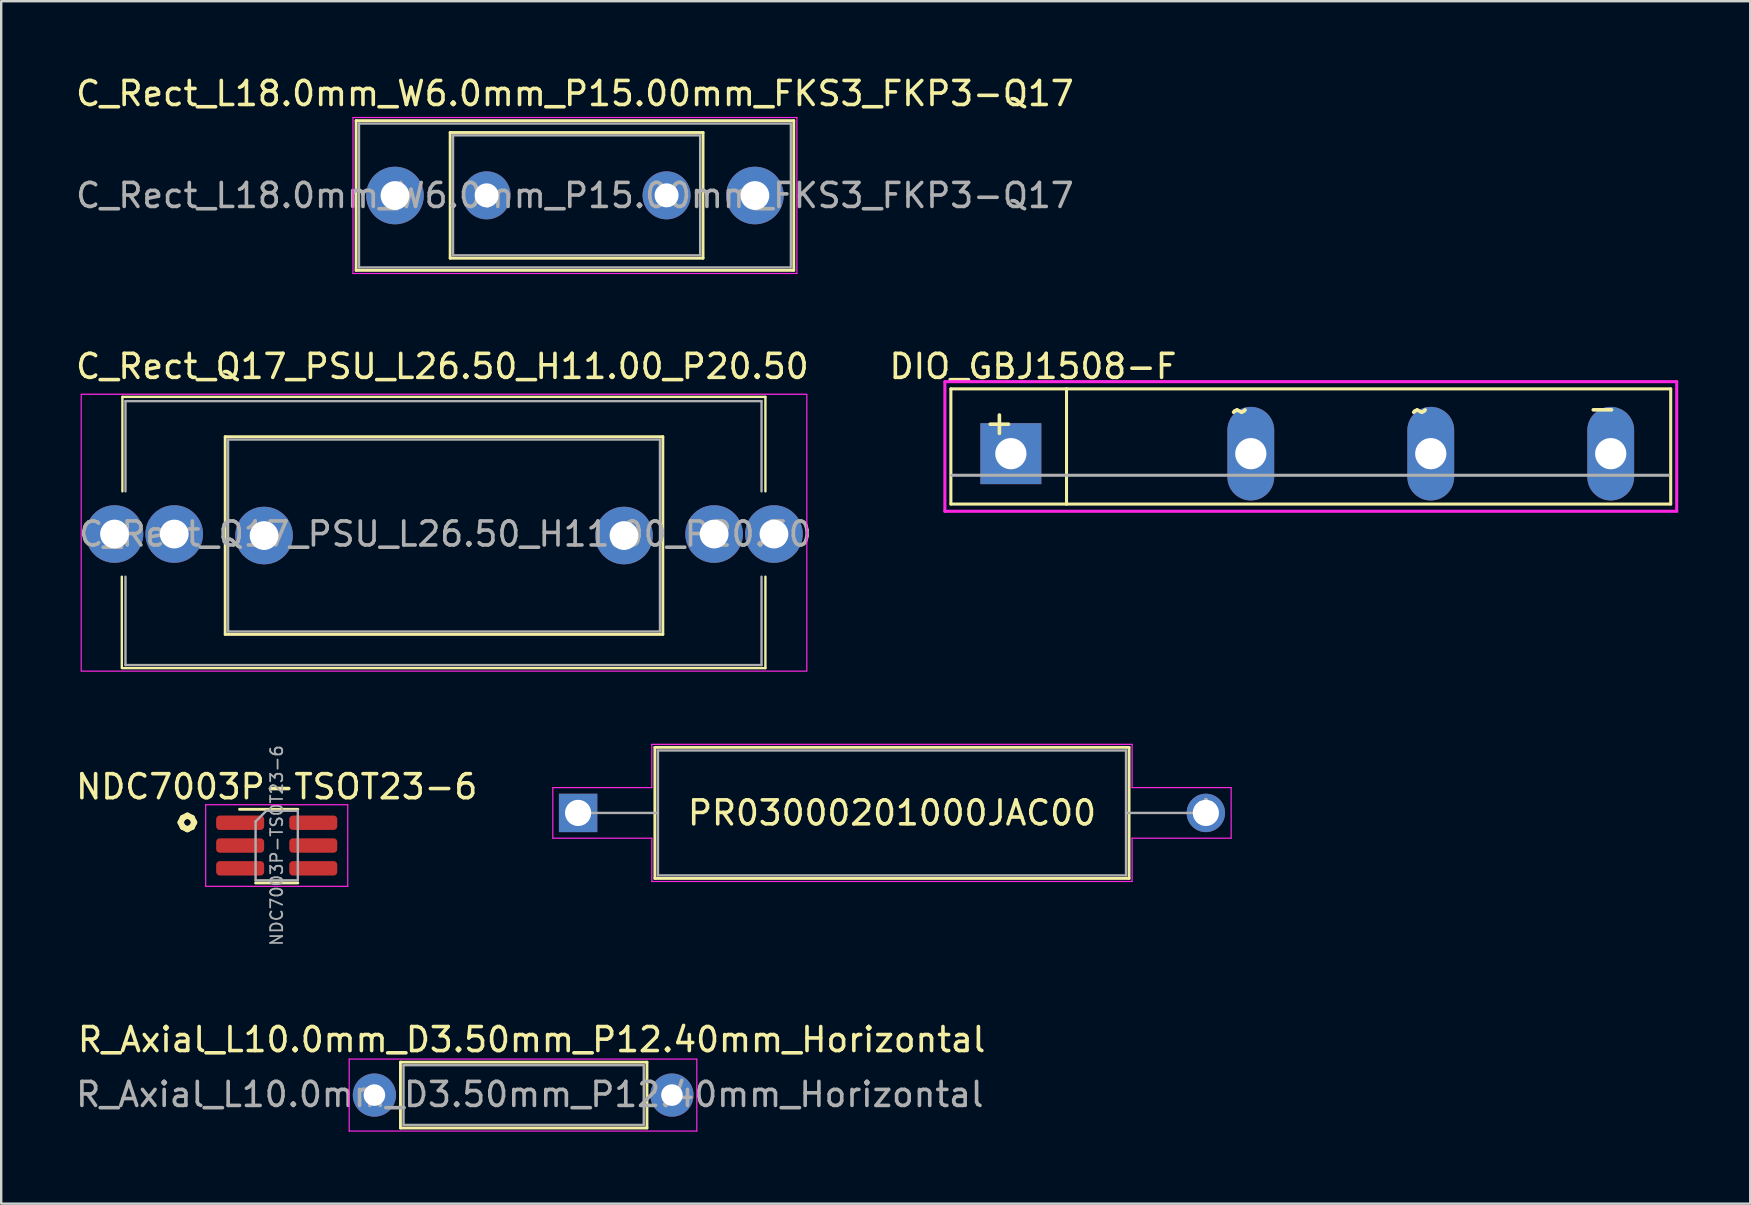
<source format=kicad_pcb>
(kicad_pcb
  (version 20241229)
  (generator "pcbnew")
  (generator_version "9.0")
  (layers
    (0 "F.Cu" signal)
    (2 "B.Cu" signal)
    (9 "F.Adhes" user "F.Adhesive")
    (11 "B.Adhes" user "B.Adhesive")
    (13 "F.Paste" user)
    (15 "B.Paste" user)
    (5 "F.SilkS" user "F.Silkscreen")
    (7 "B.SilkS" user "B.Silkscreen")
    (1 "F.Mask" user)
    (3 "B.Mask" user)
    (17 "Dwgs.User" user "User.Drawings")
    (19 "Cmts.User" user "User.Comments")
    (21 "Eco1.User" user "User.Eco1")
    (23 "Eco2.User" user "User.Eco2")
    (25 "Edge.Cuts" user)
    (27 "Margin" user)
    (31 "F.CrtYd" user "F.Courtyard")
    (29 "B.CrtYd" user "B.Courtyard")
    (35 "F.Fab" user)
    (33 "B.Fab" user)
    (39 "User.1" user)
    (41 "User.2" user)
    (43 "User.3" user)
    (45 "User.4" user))
  (footprint "NDC7003P-TSOT23-6"
    (layer "F.Cu")
    (at 8.482 32.188)
    (property "Reference" "NDC7003P-TSOT23-6" (at 0 -2.45 0) (layer "F.SilkS") (effects (font (size 1 1) (thickness 0.15))))
    (attr smd)
    (fp_line (start -0.88 1.56) (end 0.88 1.56) (stroke (width 0.12) (type solid)) (layer "F.SilkS"))
    (fp_line (start 0.88 -1.51) (end -1.55 -1.51) (stroke (width 0.12) (type solid)) (layer "F.SilkS"))
    (fp_line (start -2.96 -1.7) (end -2.96 1.7) (stroke (width 0.05) (type solid)) (layer "F.CrtYd"))
    (fp_line (start -2.96 -1.7) (end 2.96 -1.7) (stroke (width 0.05) (type solid)) (layer "F.CrtYd"))
    (fp_line (start 2.96 1.7) (end -2.96 1.7) (stroke (width 0.05) (type solid)) (layer "F.CrtYd"))
    (fp_line (start 2.96 1.7) (end 2.96 -1.7) (stroke (width 0.05) (type solid)) (layer "F.CrtYd"))
    (fp_line (start -0.88 -1) (end -0.88 1.45) (stroke (width 0.1) (type solid)) (layer "F.Fab"))
    (fp_line (start -0.88 -1) (end -0.43 -1.45) (stroke (width 0.1) (type solid)) (layer "F.Fab"))
    (fp_line (start 0.88 -1.45) (end -0.43 -1.45) (stroke (width 0.1) (type solid)) (layer "F.Fab"))
    (fp_line (start 0.88 -1.45) (end 0.88 1.45) (stroke (width 0.1) (type solid)) (layer "F.Fab"))
    (fp_line (start 0.88 1.45) (end -0.88 1.45) (stroke (width 0.1) (type solid)) (layer "F.Fab"))
    (fp_text user "°" (at -2.921 -0.963 90) (unlocked yes) (layer "F.SilkS") (effects (font (size 2 2) (thickness 0.25))))
    (fp_text user "${REFERENCE}" (at 0 0 90) (layer "F.Fab") (effects (font (size 0.5 0.5) (thickness 0.075))))
    (pad "1" smd roundrect (at -1.524 -0.95) (size 2 0.6) (layers "F.Cu" "F.Mask" "F.Paste") (roundrect_rratio 0.25))
    (pad "2" smd roundrect (at -1.524 0) (size 2 0.6) (layers "F.Cu" "F.Mask" "F.Paste") (roundrect_rratio 0.25))
    (pad "3" smd roundrect (at -1.524 0.95) (size 2 0.6) (layers "F.Cu" "F.Mask" "F.Paste") (roundrect_rratio 0.25))
    (pad "4" smd roundrect (at 1.524 0.95) (size 2 0.6) (layers "F.Cu" "F.Mask" "F.Paste") (roundrect_rratio 0.25))
    (pad "5" smd roundrect (at 1.524 0) (size 2 0.6) (layers "F.Cu" "F.Mask" "F.Paste") (roundrect_rratio 0.25))
    (pad "6" smd roundrect (at 1.524 -0.95) (size 2 0.6) (layers "F.Cu" "F.Mask" "F.Paste") (roundrect_rratio 0.25)))
  (footprint "C_Rect_Q17_PSU_L26.50_H11.00_P20.50"
    (layer "F.Cu")
    (at 4.211 19.206)
    (property "Reference" "C_Rect_Q17_PSU_L26.50_H11.00_P20.50" (at 11.176 -6.985 0) (layer "F.SilkS") (effects (font (size 1 1) (thickness 0.15))))
    (attr through_hole)
    (fp_line (start -2.184 1.778) (end -2.184 5.588) (stroke (width 0.1) (type solid)) (layer "F.SilkS"))
    (fp_line (start -2.159 -5.715) (end -2.159 -1.778) (stroke (width 0.1) (type solid)) (layer "F.SilkS"))
    (fp_line (start -2.159 -5.715) (end 24.638 -5.715) (stroke (width 0.1) (type solid)) (layer "F.SilkS"))
    (fp_line (start 2.124 -4.057) (end 2.124 4.183) (stroke (width 0.12) (type solid)) (layer "F.SilkS"))
    (fp_line (start 2.124 -4.057) (end 20.364 -4.057) (stroke (width 0.12) (type solid)) (layer "F.SilkS"))
    (fp_line (start 2.124 4.183) (end 20.364 4.183) (stroke (width 0.12) (type solid)) (layer "F.SilkS"))
    (fp_line (start 20.364 -4.057) (end 20.364 4.183) (stroke (width 0.12) (type solid)) (layer "F.SilkS"))
    (fp_line (start 24.638 -5.715) (end 24.638 -1.778) (stroke (width 0.1) (type solid)) (layer "F.SilkS"))
    (fp_line (start 24.638 1.778) (end 24.638 5.588) (stroke (width 0.1) (type solid)) (layer "F.SilkS"))
    (fp_line (start 24.638 5.588) (end -2.159 5.588) (stroke (width 0.1) (type solid)) (layer "F.SilkS"))
    (fp_rect (start -3.877 -5.826) (end 26.364 5.715) (stroke (width 0.05) (type solid)) (fill no) (layer "F.CrtYd"))
    (fp_line (start -2.032 -5.539) (end -2.032 -1.778) (stroke (width 0.1) (type solid)) (layer "F.Fab"))
    (fp_line (start -2.032 -5.539) (end 24.476 -5.539) (stroke (width 0.1) (type solid)) (layer "F.Fab"))
    (fp_line (start -2.032 1.778) (end -2.032 5.461) (stroke (width 0.1) (type solid)) (layer "F.Fab"))
    (fp_line (start 2.244 -3.937) (end 2.244 4.063) (stroke (width 0.1) (type solid)) (layer "F.Fab"))
    (fp_line (start 2.244 4.063) (end 20.244 4.063) (stroke (width 0.1) (type solid)) (layer "F.Fab"))
    (fp_line (start 20.244 -3.937) (end 2.244 -3.937) (stroke (width 0.1) (type solid)) (layer "F.Fab"))
    (fp_line (start 20.244 4.063) (end 20.244 -3.937) (stroke (width 0.1) (type solid)) (layer "F.Fab"))
    (fp_line (start 24.476 -5.539) (end 24.476 -1.778) (stroke (width 0.1) (type solid)) (layer "F.Fab"))
    (fp_line (start 24.476 1.778) (end 24.476 5.461) (stroke (width 0.1) (type solid)) (layer "F.Fab"))
    (fp_line (start 24.476 5.461) (end -2.032 5.461) (stroke (width 0.1) (type solid)) (layer "F.Fab"))
    (fp_text user "${REFERENCE}" (at 11.303 0 0) (layer "F.Fab") (effects (font (size 1 1) (thickness 0.15))))
    (pad "1" thru_hole circle (at -2.489 0) (size 2.4 2.4) (drill 1.2) (layers "*.Cu" "*.Mask"))
    (pad "1" thru_hole circle (at 0 0) (size 2.4 2.4) (drill 1.2) (layers "*.Cu" "*.Mask"))
    (pad "1" thru_hole circle (at 3.744 0.063) (size 2.4 2.4) (drill 1.2) (layers "*.Cu" "*.Mask"))
    (pad "2" thru_hole circle (at 18.744 0.063) (size 2.4 2.4) (drill 1.2) (layers "*.Cu" "*.Mask"))
    (pad "2" thru_hole circle (at 22.5 0 180) (size 2.4 2.4) (drill 1.2) (layers "*.Cu" "*.Mask"))
    (pad "2" thru_hole circle (at 24.994 0 180) (size 2.4 2.4) (drill 1.2) (layers "*.Cu" "*.Mask")))
  (footprint "DIO_GBJ1508-F"
    (layer "F.Cu")
    (at 52.828 15.857)
    (property "Reference" "DIO_GBJ1508-F" (at -12.826 -3.635 0) (layer "F.SilkS") (effects (font (size 1 1) (thickness 0.15))))
    (attr through_hole)
    (fp_line (start -16.25 -2.7) (end -16.25 2.1) (stroke (width 0.127) (type solid)) (layer "F.SilkS"))
    (fp_line (start -16.25 2.1) (end -11.43 2.1) (stroke (width 0.127) (type solid)) (layer "F.SilkS"))
    (fp_line (start -11.43 -2.7) (end -16.25 -2.7) (stroke (width 0.127) (type solid)) (layer "F.SilkS"))
    (fp_line (start -11.43 -2.7) (end -11.43 2.1) (stroke (width 0.127) (type solid)) (layer "F.SilkS"))
    (fp_line (start -11.43 2.1) (end 13.75 2.1) (stroke (width 0.127) (type solid)) (layer "F.SilkS"))
    (fp_line (start 13.75 -2.7) (end -11.43 -2.7) (stroke (width 0.127) (type solid)) (layer "F.SilkS"))
    (fp_line (start 13.75 2.1) (end 13.75 -2.7) (stroke (width 0.127) (type solid)) (layer "F.SilkS"))
    (fp_line (start -16.5 -3) (end 14 -3) (stroke (width 0.127) (type solid)) (layer "F.CrtYd"))
    (fp_line (start -16.5 2.4) (end -16.5 -3) (stroke (width 0.127) (type solid)) (layer "F.CrtYd"))
    (fp_line (start 14 -3) (end 14 2.4) (stroke (width 0.127) (type solid)) (layer "F.CrtYd"))
    (fp_line (start 14 2.4) (end -16.5 2.4) (stroke (width 0.127) (type solid)) (layer "F.CrtYd"))
    (fp_line (start -16.21 0.9) (end 13.67 0.9) (stroke (width 0.127) (type solid)) (layer "F.Fab"))
    (fp_text user "~" (at 3.302 -1.801 0) (layer "F.SilkS") (effects (font (size 1.001 1.001) (thickness 0.15))))
    (fp_text user "+" (at -14.228 -1.303 0) (layer "F.SilkS") (effects (font (size 1.002 1.002) (thickness 0.15))))
    (fp_text user "~" (at -4.205 -1.802 0) (layer "F.SilkS") (effects (font (size 1.001 1.001) (thickness 0.15))))
    (fp_text user "-" (at 10.904 -1.901 0) (layer "F.SilkS") (effects (font (size 1 1) (thickness 0.15))))
    (pad "+" thru_hole rect (at -13.75 0) (size 2.54 2.54) (drill 1.3) (layers "*.Cu" "*.Mask"))
    (pad "-" thru_hole oval (at 11.25 0) (size 1.95 3.9) (drill 1.3) (layers "*.Cu" "*.Mask"))
    (pad "AC1" thru_hole oval (at -3.75 0) (size 1.95 3.9) (drill 1.3) (layers "*.Cu" "*.Mask"))
    (pad "AC2" thru_hole oval (at 3.75 0) (size 1.95 3.9) (drill 1.3) (layers "*.Cu" "*.Mask")))
  (footprint "PR03000201000JAC00"
    (layer "F.Cu")
    (at 47.205 30.829)
    (property "Reference" "PR03000201000JAC00" (at -13.081 0 0) (layer "F.SilkS") (effects (font (size 1 1) (thickness 0.15))))
    (attr through_hole)
    (fp_line (start -22.962 -2.731) (end -22.962 2.731) (stroke (width 0.12) (type solid)) (layer "F.SilkS"))
    (fp_line (start -22.962 2.731) (end -3.2 2.731) (stroke (width 0.12) (type solid)) (layer "F.SilkS"))
    (fp_line (start -3.2 -2.731) (end -22.962 -2.731) (stroke (width 0.12) (type solid)) (layer "F.SilkS"))
    (fp_line (start -3.2 2.731) (end -3.2 -2.731) (stroke (width 0.12) (type solid)) (layer "F.SilkS"))
    (fp_line (start -27.216 -1.054) (end -23.089 -1.054) (stroke (width 0.05) (type solid)) (layer "F.CrtYd"))
    (fp_line (start -27.216 1.054) (end -27.216 -1.054) (stroke (width 0.05) (type solid)) (layer "F.CrtYd"))
    (fp_line (start -23.089 -2.857) (end -3.073 -2.857) (stroke (width 0.05) (type solid)) (layer "F.CrtYd"))
    (fp_line (start -23.089 -1.054) (end -23.089 -2.857) (stroke (width 0.05) (type solid)) (layer "F.CrtYd"))
    (fp_line (start -23.089 1.054) (end -27.216 1.054) (stroke (width 0.05) (type solid)) (layer "F.CrtYd"))
    (fp_line (start -23.089 2.857) (end -23.089 1.054) (stroke (width 0.05) (type solid)) (layer "F.CrtYd"))
    (fp_line (start -3.073 -2.857) (end -3.073 -1.054) (stroke (width 0.05) (type solid)) (layer "F.CrtYd"))
    (fp_line (start -3.073 -1.054) (end 1.054 -1.054) (stroke (width 0.05) (type solid)) (layer "F.CrtYd"))
    (fp_line (start -3.073 1.054) (end -3.073 2.857) (stroke (width 0.05) (type solid)) (layer "F.CrtYd"))
    (fp_line (start -3.073 2.857) (end -23.089 2.857) (stroke (width 0.05) (type solid)) (layer "F.CrtYd"))
    (fp_line (start 1.054 -1.054) (end 1.054 1.054) (stroke (width 0.05) (type solid)) (layer "F.CrtYd"))
    (fp_line (start 1.054 1.054) (end -3.073 1.054) (stroke (width 0.05) (type solid)) (layer "F.CrtYd"))
    (fp_line (start -26.162 0) (end -22.835 0) (stroke (width 0.1) (type solid)) (layer "F.Fab"))
    (fp_line (start -22.835 -2.603) (end -22.835 2.603) (stroke (width 0.1) (type solid)) (layer "F.Fab"))
    (fp_line (start -22.835 2.603) (end -3.327 2.603) (stroke (width 0.1) (type solid)) (layer "F.Fab"))
    (fp_line (start -3.327 -2.603) (end -22.835 -2.603) (stroke (width 0.1) (type solid)) (layer "F.Fab"))
    (fp_line (start -3.327 2.603) (end -3.327 -2.603) (stroke (width 0.1) (type solid)) (layer "F.Fab"))
    (fp_line (start 0 0) (end -3.327 0) (stroke (width 0.1) (type solid)) (layer "F.Fab"))
    (fp_text user "*" (at 0 0 0) (layer "F.SilkS") (effects (font (size 1 1) (thickness 0.15))))
    (fp_text user "Copyright 2021 Accelerated Designs. All rights reserved." (at 0 0 0) (layer "Cmts.User") (effects (font (size 0.127 0.127) (thickness 0.002))))
    (fp_text user "*" (at 0 0 0) (layer "F.Fab") (effects (font (size 1 1) (thickness 0.15))))
    (pad "1" thru_hole rect (at -26.162 0) (size 1.6 1.6) (drill 1.092) (layers "*.Cu" "*.Mask"))
    (pad "2" thru_hole circle (at 0 0) (size 1.6 1.6) (drill 1.092) (layers "*.Cu" "*.Mask")))
  (footprint "C_Rect_L18.0mm_W6.0mm_P15.00mm_FKS3_FKP3-Q17"
    (layer "F.Cu")
    (at 13.411 5.098)
    (property "Reference" "C_Rect_L18.0mm_W6.0mm_P15.00mm_FKS3_FKP3-Q17" (at 7.5 -4.25 0) (layer "F.SilkS") (effects (font (size 1 1) (thickness 0.15))))
    (attr through_hole)
    (fp_line (start -1.62 -3.12) (end -1.62 3.12) (stroke (width 0.12) (type solid)) (layer "F.SilkS"))
    (fp_line (start -1.62 -3.12) (end 16.62 -3.12) (stroke (width 0.12) (type solid)) (layer "F.SilkS"))
    (fp_line (start -1.62 3.12) (end 16.62 3.12) (stroke (width 0.12) (type solid)) (layer "F.SilkS"))
    (fp_line (start 2.299 -2.627) (end 2.299 2.613) (stroke (width 0.12) (type solid)) (layer "F.SilkS"))
    (fp_line (start 2.299 -2.627) (end 12.839 -2.627) (stroke (width 0.12) (type solid)) (layer "F.SilkS"))
    (fp_line (start 2.299 2.613) (end 12.839 2.613) (stroke (width 0.12) (type solid)) (layer "F.SilkS"))
    (fp_line (start 12.839 -2.627) (end 12.839 2.613) (stroke (width 0.12) (type solid)) (layer "F.SilkS"))
    (fp_line (start 16.62 -3.12) (end 16.62 3.12) (stroke (width 0.12) (type solid)) (layer "F.SilkS"))
    (fp_line (start -1.75 -3.25) (end -1.75 3.25) (stroke (width 0.05) (type solid)) (layer "F.CrtYd"))
    (fp_line (start -1.75 3.25) (end 16.75 3.25) (stroke (width 0.05) (type solid)) (layer "F.CrtYd"))
    (fp_line (start 16.75 -3.25) (end -1.75 -3.25) (stroke (width 0.05) (type solid)) (layer "F.CrtYd"))
    (fp_line (start 16.75 3.25) (end 16.75 -3.25) (stroke (width 0.05) (type solid)) (layer "F.CrtYd"))
    (fp_line (start -1.5 -3) (end -1.5 3) (stroke (width 0.1) (type solid)) (layer "F.Fab"))
    (fp_line (start -1.5 3) (end 16.5 3) (stroke (width 0.1) (type solid)) (layer "F.Fab"))
    (fp_line (start 2.419 -2.507) (end 2.419 2.493) (stroke (width 0.1) (type solid)) (layer "F.Fab"))
    (fp_line (start 2.419 2.493) (end 12.719 2.493) (stroke (width 0.1) (type solid)) (layer "F.Fab"))
    (fp_line (start 12.719 -2.507) (end 2.419 -2.507) (stroke (width 0.1) (type solid)) (layer "F.Fab"))
    (fp_line (start 12.719 2.493) (end 12.719 -2.507) (stroke (width 0.1) (type solid)) (layer "F.Fab"))
    (fp_line (start 16.5 -3) (end -1.5 -3) (stroke (width 0.1) (type solid)) (layer "F.Fab"))
    (fp_line (start 16.5 3) (end 16.5 -3) (stroke (width 0.1) (type solid)) (layer "F.Fab"))
    (fp_text user "${REFERENCE}" (at 7.5 0 0) (layer "F.Fab") (effects (font (size 1 1) (thickness 0.15))))
    (pad "1" thru_hole circle (at 0 0) (size 2.4 2.4) (drill 1.2) (layers "*.Cu" "*.Mask"))
    (pad "1" thru_hole circle (at 3.819 -0.007) (size 2 2) (drill 1) (layers "*.Cu" "*.Mask"))
    (pad "2" thru_hole circle (at 11.319 -0.007) (size 2 2) (drill 1) (layers "*.Cu" "*.Mask"))
    (pad "2" thru_hole circle (at 15 0) (size 2.4 2.4) (drill 1.2) (layers "*.Cu" "*.Mask")))
  (footprint "R_Axial_L10.0mm_D3.50mm_P12.40mm_Horizontal"
    (layer "F.Cu")
    (at 12.553 42.588)
    (property "Reference" "R_Axial_L10.0mm_D3.50mm_P12.40mm_Horizontal" (at 6.553 -2.311 0) (layer "F.SilkS") (effects (font (size 1 1) (thickness 0.15))))
    (attr through_hole)
    (fp_line (start 1.086 -1.372) (end 1.086 1.372) (stroke (width 0.12) (type solid)) (layer "F.SilkS"))
    (fp_line (start 1.086 1.372) (end 11.36 1.372) (stroke (width 0.12) (type solid)) (layer "F.SilkS"))
    (fp_line (start 11.36 -1.372) (end 1.086 -1.372) (stroke (width 0.12) (type solid)) (layer "F.SilkS"))
    (fp_line (start 11.36 1.372) (end 11.36 -1.372) (stroke (width 0.12) (type solid)) (layer "F.SilkS"))
    (fp_line (start -1.05 -1.5) (end -1.05 1.5) (stroke (width 0.05) (type solid)) (layer "F.CrtYd"))
    (fp_line (start -1.05 1.5) (end 13.437 1.5) (stroke (width 0.05) (type solid)) (layer "F.CrtYd"))
    (fp_line (start 13.437 -1.5) (end -1.05 -1.5) (stroke (width 0.05) (type solid)) (layer "F.CrtYd"))
    (fp_line (start 13.437 1.5) (end 13.437 -1.5) (stroke (width 0.05) (type solid)) (layer "F.CrtYd"))
    (fp_line (start 1.213 -1.245) (end 1.213 1.245) (stroke (width 0.1) (type solid)) (layer "F.Fab"))
    (fp_line (start 1.213 1.245) (end 11.227 1.245) (stroke (width 0.1) (type solid)) (layer "F.Fab"))
    (fp_line (start 11.227 -1.245) (end 1.213 -1.245) (stroke (width 0.1) (type solid)) (layer "F.Fab"))
    (fp_line (start 11.227 1.245) (end 11.227 -1.245) (stroke (width 0.1) (type solid)) (layer "F.Fab"))
    (fp_text user "${REFERENCE}" (at 6.477 -0.025 0) (layer "F.Fab") (effects (font (size 1 1) (thickness 0.15))))
    (pad "1" thru_hole circle (at 0 0) (size 1.8 1.8) (drill 0.9) (layers "*.Cu" "*.Mask"))
    (pad "2" thru_hole circle (at 12.4 0) (size 1.8 1.8) (drill 0.9) (layers "*.Cu" "*.Mask")))
  (gr_rect
    (start -3 -3)
    (end 69.891 47.113)
    (stroke (width 0.1) (type default))
    (fill no)
    (layer "Edge.Cuts")))
</source>
